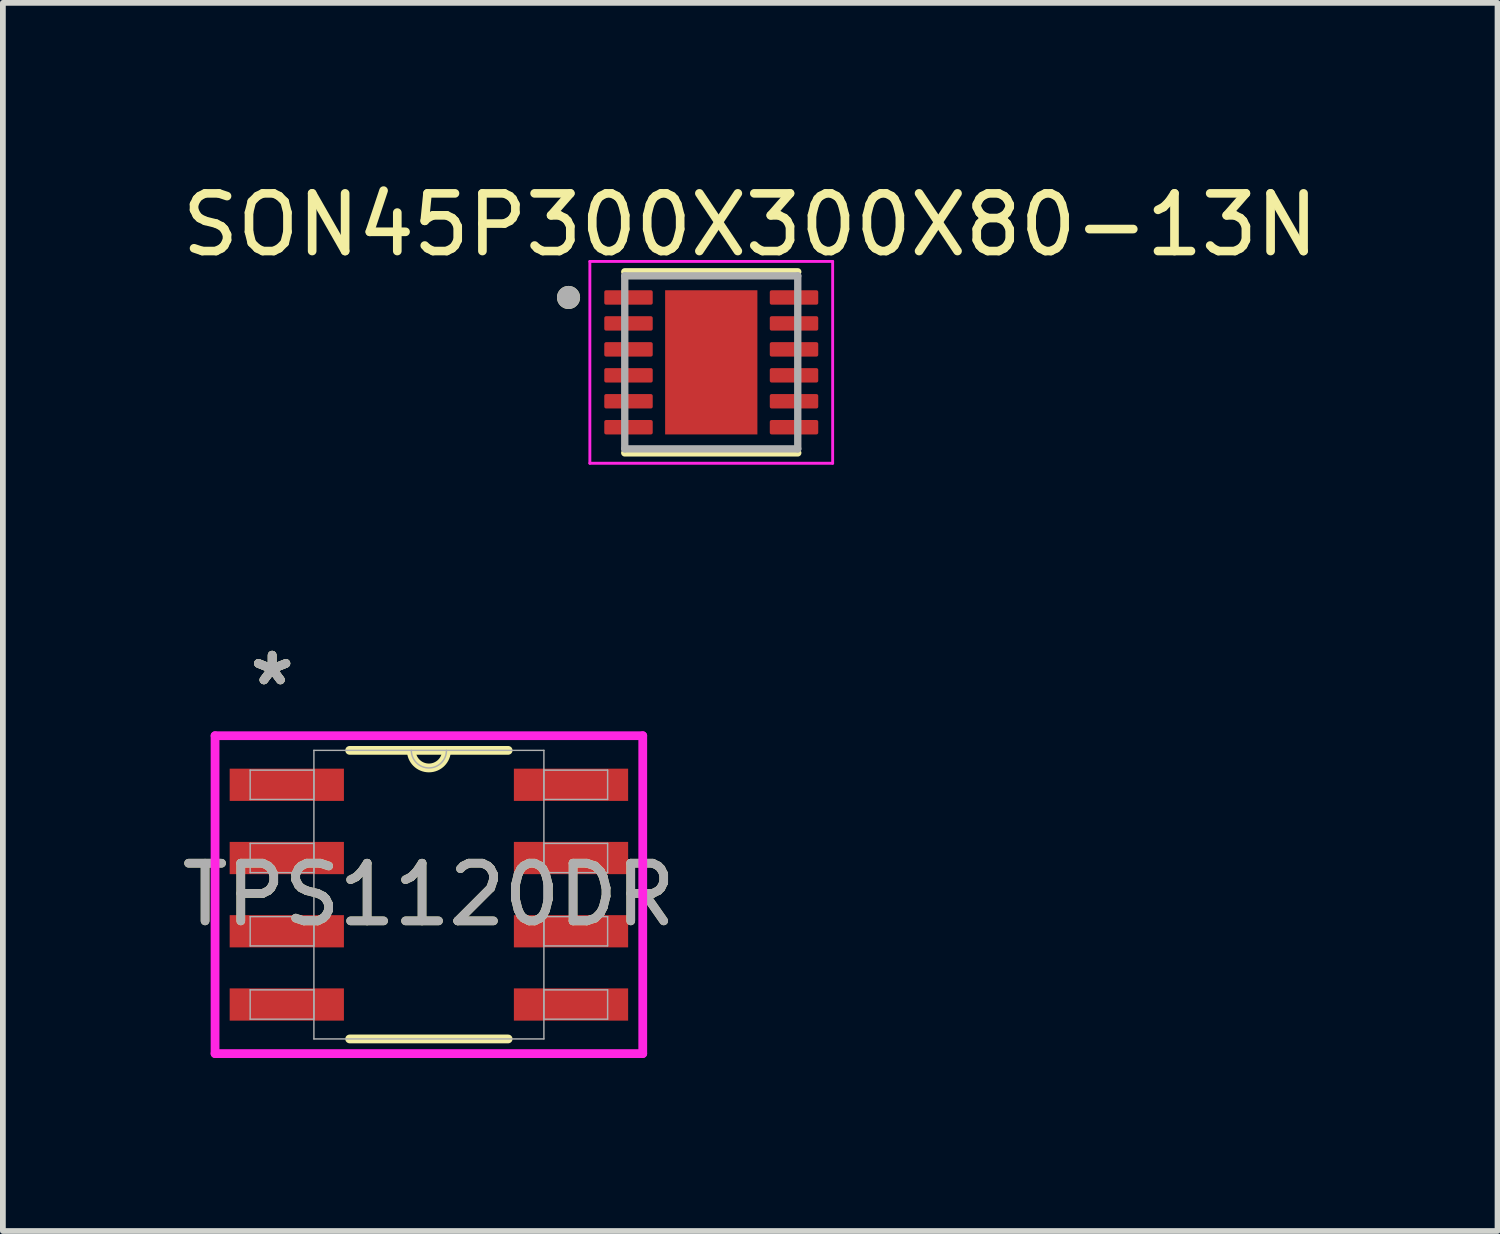
<source format=kicad_pcb>
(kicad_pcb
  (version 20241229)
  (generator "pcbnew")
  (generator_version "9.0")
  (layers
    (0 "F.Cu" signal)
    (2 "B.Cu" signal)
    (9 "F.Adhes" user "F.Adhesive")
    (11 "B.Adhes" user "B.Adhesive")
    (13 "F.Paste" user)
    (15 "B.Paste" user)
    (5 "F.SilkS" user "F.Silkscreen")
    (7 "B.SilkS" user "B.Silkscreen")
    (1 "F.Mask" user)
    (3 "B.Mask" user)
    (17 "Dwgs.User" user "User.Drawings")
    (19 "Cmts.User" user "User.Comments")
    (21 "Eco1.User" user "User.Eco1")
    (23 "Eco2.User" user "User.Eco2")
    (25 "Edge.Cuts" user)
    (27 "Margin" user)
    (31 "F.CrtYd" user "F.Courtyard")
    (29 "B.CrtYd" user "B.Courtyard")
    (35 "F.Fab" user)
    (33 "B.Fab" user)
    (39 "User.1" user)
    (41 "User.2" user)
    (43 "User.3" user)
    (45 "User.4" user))
  (footprint "TPS1120DR"
    (layer "F.Cu")
    (at 4.387 12.463)
    (property "Reference" "TPS1120DR" (at 0 0 0) (unlocked yes) (layer "F.SilkS") (effects (font (size 1 1) (thickness 0.15))))
    (attr smd)
    (fp_line (start -1.374 2.502) (end 1.374 2.502) (stroke (width 0.152) (type solid)) (layer "F.SilkS"))
    (fp_line (start 1.374 -2.502) (end -1.374 -2.502) (stroke (width 0.152) (type solid)) (layer "F.SilkS"))
    (fp_arc (start 0.3048 -2.5019) (mid 0 -2.1971) (end -0.3048 -2.5019) (stroke (width 0.1524) (type solid)) (layer "F.SilkS"))
    (fp_line (start -3.708 -2.756) (end 3.708 -2.756) (stroke (width 0.152) (type solid)) (layer "F.CrtYd"))
    (fp_line (start -3.708 2.756) (end -3.708 -2.756) (stroke (width 0.152) (type solid)) (layer "F.CrtYd"))
    (fp_line (start 3.708 -2.756) (end 3.708 2.756) (stroke (width 0.152) (type solid)) (layer "F.CrtYd"))
    (fp_line (start 3.708 2.756) (end -3.708 2.756) (stroke (width 0.152) (type solid)) (layer "F.CrtYd"))
    (fp_line (start -3.099 -2.159) (end -3.099 -1.651) (stroke (width 0.025) (type solid)) (layer "F.Fab"))
    (fp_line (start -3.099 -1.651) (end -1.994 -1.651) (stroke (width 0.025) (type solid)) (layer "F.Fab"))
    (fp_line (start -3.099 -0.889) (end -3.099 -0.381) (stroke (width 0.025) (type solid)) (layer "F.Fab"))
    (fp_line (start -3.099 -0.381) (end -1.994 -0.381) (stroke (width 0.025) (type solid)) (layer "F.Fab"))
    (fp_line (start -3.099 0.381) (end -3.099 0.889) (stroke (width 0.025) (type solid)) (layer "F.Fab"))
    (fp_line (start -3.099 0.889) (end -1.994 0.889) (stroke (width 0.025) (type solid)) (layer "F.Fab"))
    (fp_line (start -3.099 1.651) (end -3.099 2.159) (stroke (width 0.025) (type solid)) (layer "F.Fab"))
    (fp_line (start -3.099 2.159) (end -1.994 2.159) (stroke (width 0.025) (type solid)) (layer "F.Fab"))
    (fp_line (start -1.994 -2.502) (end -1.994 2.502) (stroke (width 0.025) (type solid)) (layer "F.Fab"))
    (fp_line (start -1.994 -2.159) (end -3.099 -2.159) (stroke (width 0.025) (type solid)) (layer "F.Fab"))
    (fp_line (start -1.994 -1.651) (end -1.994 -2.159) (stroke (width 0.025) (type solid)) (layer "F.Fab"))
    (fp_line (start -1.994 -0.889) (end -3.099 -0.889) (stroke (width 0.025) (type solid)) (layer "F.Fab"))
    (fp_line (start -1.994 -0.381) (end -1.994 -0.889) (stroke (width 0.025) (type solid)) (layer "F.Fab"))
    (fp_line (start -1.994 0.381) (end -3.099 0.381) (stroke (width 0.025) (type solid)) (layer "F.Fab"))
    (fp_line (start -1.994 0.889) (end -1.994 0.381) (stroke (width 0.025) (type solid)) (layer "F.Fab"))
    (fp_line (start -1.994 1.651) (end -3.099 1.651) (stroke (width 0.025) (type solid)) (layer "F.Fab"))
    (fp_line (start -1.994 2.159) (end -1.994 1.651) (stroke (width 0.025) (type solid)) (layer "F.Fab"))
    (fp_line (start -1.994 2.502) (end 1.994 2.502) (stroke (width 0.025) (type solid)) (layer "F.Fab"))
    (fp_line (start 1.994 -2.502) (end -1.994 -2.502) (stroke (width 0.025) (type solid)) (layer "F.Fab"))
    (fp_line (start 1.994 -2.159) (end 1.994 -1.651) (stroke (width 0.025) (type solid)) (layer "F.Fab"))
    (fp_line (start 1.994 -1.651) (end 3.099 -1.651) (stroke (width 0.025) (type solid)) (layer "F.Fab"))
    (fp_line (start 1.994 -0.889) (end 1.994 -0.381) (stroke (width 0.025) (type solid)) (layer "F.Fab"))
    (fp_line (start 1.994 -0.381) (end 3.099 -0.381) (stroke (width 0.025) (type solid)) (layer "F.Fab"))
    (fp_line (start 1.994 0.381) (end 1.994 0.889) (stroke (width 0.025) (type solid)) (layer "F.Fab"))
    (fp_line (start 1.994 0.889) (end 3.099 0.889) (stroke (width 0.025) (type solid)) (layer "F.Fab"))
    (fp_line (start 1.994 1.651) (end 1.994 2.159) (stroke (width 0.025) (type solid)) (layer "F.Fab"))
    (fp_line (start 1.994 2.159) (end 3.099 2.159) (stroke (width 0.025) (type solid)) (layer "F.Fab"))
    (fp_line (start 1.994 2.502) (end 1.994 -2.502) (stroke (width 0.025) (type solid)) (layer "F.Fab"))
    (fp_line (start 3.099 -2.159) (end 1.994 -2.159) (stroke (width 0.025) (type solid)) (layer "F.Fab"))
    (fp_line (start 3.099 -1.651) (end 3.099 -2.159) (stroke (width 0.025) (type solid)) (layer "F.Fab"))
    (fp_line (start 3.099 -0.889) (end 1.994 -0.889) (stroke (width 0.025) (type solid)) (layer "F.Fab"))
    (fp_line (start 3.099 -0.381) (end 3.099 -0.889) (stroke (width 0.025) (type solid)) (layer "F.Fab"))
    (fp_line (start 3.099 0.381) (end 1.994 0.381) (stroke (width 0.025) (type solid)) (layer "F.Fab"))
    (fp_line (start 3.099 0.889) (end 3.099 0.381) (stroke (width 0.025) (type solid)) (layer "F.Fab"))
    (fp_line (start 3.099 1.651) (end 1.994 1.651) (stroke (width 0.025) (type solid)) (layer "F.Fab"))
    (fp_line (start 3.099 2.159) (end 3.099 1.651) (stroke (width 0.025) (type solid)) (layer "F.Fab"))
    (fp_arc (start 0.3048 -2.5019) (mid 0 -2.1971) (end -0.3048 -2.5019) (stroke (width 0.0254) (type solid)) (layer "F.Fab"))
    (fp_text user "*" (at -2.718 -3.607 0) (layer "F.SilkS") (effects (font (size 1 1) (thickness 0.15))))
    (fp_text user "*" (at -2.718 -3.607 0) (unlocked yes) (layer "F.SilkS") (effects (font (size 1 1) (thickness 0.15))))
    (fp_text user "*" (at -2.718 -3.607 0) (unlocked yes) (layer "F.Fab") (effects (font (size 1 1) (thickness 0.15))))
    (fp_text user "${REFERENCE}" (at 0 0 0) (unlocked yes) (layer "F.Fab") (effects (font (size 1 1) (thickness 0.15))))
    (fp_text user "*" (at -2.718 -3.607 0) (layer "F.Fab") (effects (font (size 1 1) (thickness 0.15))))
    (pad "1" smd rect (at -2.464 -1.905) (size 1.981 0.559) (layers "F.Cu" "F.Mask" "F.Paste"))
    (pad "2" smd rect (at -2.464 -0.635) (size 1.981 0.559) (layers "F.Cu" "F.Mask" "F.Paste"))
    (pad "3" smd rect (at -2.464 0.635) (size 1.981 0.559) (layers "F.Cu" "F.Mask" "F.Paste"))
    (pad "4" smd rect (at -2.464 1.905) (size 1.981 0.559) (layers "F.Cu" "F.Mask" "F.Paste"))
    (pad "5" smd rect (at 2.464 1.905) (size 1.981 0.559) (layers "F.Cu" "F.Mask" "F.Paste"))
    (pad "6" smd rect (at 2.464 0.635) (size 1.981 0.559) (layers "F.Cu" "F.Mask" "F.Paste"))
    (pad "7" smd rect (at 2.464 -0.635) (size 1.981 0.559) (layers "F.Cu" "F.Mask" "F.Paste"))
    (pad "8" smd rect (at 2.464 -1.905) (size 1.981 0.559) (layers "F.Cu" "F.Mask" "F.Paste")))
  (footprint "SON45P300X300X80-13N"
    (layer "F.Cu")
    (at 9.283 3.233)
    (property "Reference" "SON45P300X300X80-13N" (at 0.675 -2.385 0) (layer "F.SilkS") (effects (font (size 1 1) (thickness 0.15))))
    (attr smd)
    (fp_line (start -1.5 -1.57) (end 1.5 -1.57) (stroke (width 0.127) (type solid)) (layer "F.SilkS"))
    (fp_line (start -1.5 1.57) (end 1.5 1.57) (stroke (width 0.127) (type solid)) (layer "F.SilkS"))
    (fp_circle (center -2.475 -1.125) (end -2.375 -1.125) (stroke (width 0.2) (type solid)) (fill no) (layer "F.SilkS"))
    (fp_poly (pts (xy -0.51 -0.79) (xy 0.51 -0.79) (xy 0.51 0.79) (xy -0.51 0.79)) (stroke (width 0.01) (type solid)) (fill yes) (layer "F.Paste"))
    (fp_line (start -2.105 -1.75) (end -2.105 1.75) (stroke (width 0.05) (type solid)) (layer "F.CrtYd"))
    (fp_line (start -2.105 -1.75) (end 2.105 -1.75) (stroke (width 0.05) (type solid)) (layer "F.CrtYd"))
    (fp_line (start -2.105 1.75) (end 2.105 1.75) (stroke (width 0.05) (type solid)) (layer "F.CrtYd"))
    (fp_line (start 2.105 -1.75) (end 2.105 1.75) (stroke (width 0.05) (type solid)) (layer "F.CrtYd"))
    (fp_line (start -1.5 -1.5) (end -1.5 1.5) (stroke (width 0.127) (type solid)) (layer "F.Fab"))
    (fp_line (start -1.5 -1.5) (end 1.5 -1.5) (stroke (width 0.127) (type solid)) (layer "F.Fab"))
    (fp_line (start -1.5 1.5) (end 1.5 1.5) (stroke (width 0.127) (type solid)) (layer "F.Fab"))
    (fp_line (start 1.5 -1.5) (end 1.5 1.5) (stroke (width 0.127) (type solid)) (layer "F.Fab"))
    (fp_circle (center -2.475 -1.125) (end -2.375 -1.125) (stroke (width 0.2) (type solid)) (fill no) (layer "F.Fab"))
    (pad "1" smd roundrect (at -1.435 -1.125) (size 0.84 0.25) (layers "F.Cu" "F.Mask" "F.Paste") (roundrect_rratio 0.125))
    (pad "2" smd roundrect (at -1.435 -0.675) (size 0.84 0.25) (layers "F.Cu" "F.Mask" "F.Paste") (roundrect_rratio 0.125))
    (pad "3" smd roundrect (at -1.435 -0.225) (size 0.84 0.25) (layers "F.Cu" "F.Mask" "F.Paste") (roundrect_rratio 0.125))
    (pad "4" smd roundrect (at -1.435 0.225) (size 0.84 0.25) (layers "F.Cu" "F.Mask" "F.Paste") (roundrect_rratio 0.125))
    (pad "5" smd roundrect (at -1.435 0.675) (size 0.84 0.25) (layers "F.Cu" "F.Mask" "F.Paste") (roundrect_rratio 0.125))
    (pad "6" smd roundrect (at -1.435 1.125) (size 0.84 0.25) (layers "F.Cu" "F.Mask" "F.Paste") (roundrect_rratio 0.125))
    (pad "7" smd roundrect (at 1.435 1.125) (size 0.84 0.25) (layers "F.Cu" "F.Mask" "F.Paste") (roundrect_rratio 0.125))
    (pad "8" smd roundrect (at 1.435 0.675) (size 0.84 0.25) (layers "F.Cu" "F.Mask" "F.Paste") (roundrect_rratio 0.125))
    (pad "9" smd roundrect (at 1.435 0.225) (size 0.84 0.25) (layers "F.Cu" "F.Mask" "F.Paste") (roundrect_rratio 0.125))
    (pad "10" smd roundrect (at 1.435 -0.225) (size 0.84 0.25) (layers "F.Cu" "F.Mask" "F.Paste") (roundrect_rratio 0.125))
    (pad "11" smd roundrect (at 1.435 -0.675) (size 0.84 0.25) (layers "F.Cu" "F.Mask" "F.Paste") (roundrect_rratio 0.125))
    (pad "12" smd roundrect (at 1.435 -1.125) (size 0.84 0.25) (layers "F.Cu" "F.Mask" "F.Paste") (roundrect_rratio 0.125))
    (pad "13" smd rect (at 0 0) (size 1.6 2.5) (layers "F.Cu" "F.Mask")))
  (gr_rect
    (start -3 -3)
    (end 22.917 18.295)
    (stroke (width 0.1) (type default))
    (fill no)
    (layer "Edge.Cuts")))
</source>
